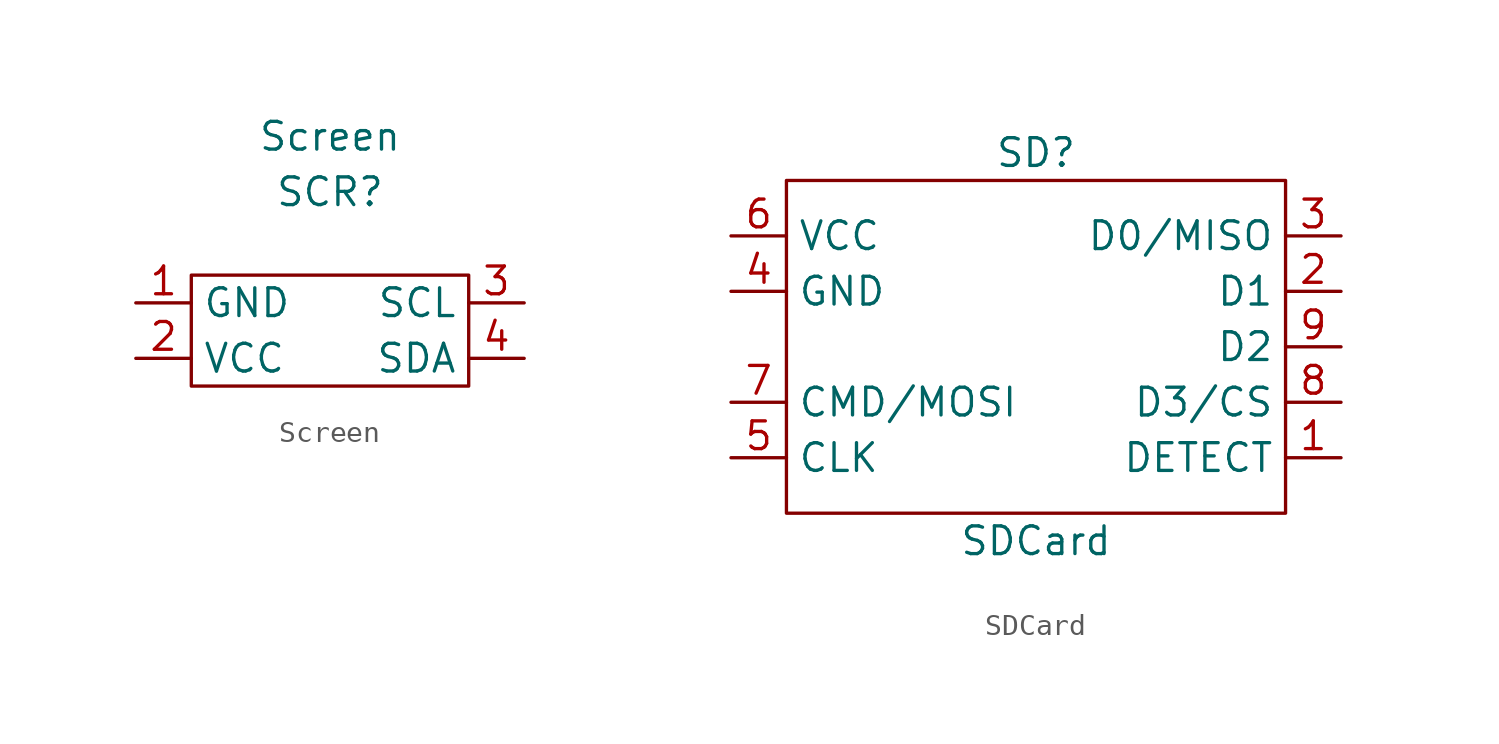
<source format=kicad_sym>
(kicad_symbol_lib
  (version 20211014)
  (generator kicad_symbol_editor)
  (symbol "Screen"
    (property "Reference" "SCR"
      (at 0 6.35 0)
      (effects (font (size 1.27 1.27))))
    (property "Value" "Screen"
      (at 0 8.89 0)
      (effects (font (size 1.27 1.27))))
    (symbol "Screen_0_1"
      (rectangle (start -6.35 2.54) (end 6.35 -2.54) (stroke (width 0) (type default) (color 0 0 0 0)) (fill (type none))))
    (symbol "Screen_1_1"
      (pin passive line (at -8.89 1.27 0) (length 2.54) (name "GND" (effects (font (size 1.27 1.27)))) (number "1" (effects (font (size 1.27 1.27)))))
      (pin passive line (at -8.89 -1.27 0) (length 2.54) (name "VCC" (effects (font (size 1.27 1.27)))) (number "2" (effects (font (size 1.27 1.27)))))
      (pin input line (at 8.89 1.27 180) (length 2.54) (name "SCL" (effects (font (size 1.27 1.27)))) (number "3" (effects (font (size 1.27 1.27)))))
      (pin bidirectional line (at 8.89 -1.27 180) (length 2.54) (name "SDA" (effects (font (size 1.27 1.27)))) (number "4" (effects (font (size 1.27 1.27)))))))
  (symbol "SDCard"
    (property "Reference" "SD"
      (at 0 8.89 0)
      (effects (font (size 1.27 1.27))))
    (property "Value" "SDCard"
      (at 0 -8.89 0)
      (effects (font (size 1.27 1.27))))
    (symbol "SDCard_0_1"
      (rectangle (start -11.43 7.62) (end 11.43 -7.62) (stroke (width 0) (type default) (color 0 0 0 0)) (fill (type none))))
    (symbol "SDCard_1_1"
      (pin passive line (at 13.97 -5.08 180) (length 2.54) (name "DETECT" (effects (font (size 1.27 1.27)))) (number "1" (effects (font (size 1.27 1.27)))))
      (pin bidirectional line (at 13.97 2.54 180) (length 2.54) (name "D1" (effects (font (size 1.27 1.27)))) (number "2" (effects (font (size 1.27 1.27)))))
      (pin bidirectional line (at 13.97 5.08 180) (length 2.54) (name "D0/MISO" (effects (font (size 1.27 1.27)))) (number "3" (effects (font (size 1.27 1.27)))))
      (pin passive line (at -13.97 2.54 0) (length 2.54) (name "GND" (effects (font (size 1.27 1.27)))) (number "4" (effects (font (size 1.27 1.27)))))
      (pin input line (at -13.97 -5.08 0) (length 2.54) (name "CLK" (effects (font (size 1.27 1.27)))) (number "5" (effects (font (size 1.27 1.27)))))
      (pin passive line (at -13.97 5.08 0) (length 2.54) (name "VCC" (effects (font (size 1.27 1.27)))) (number "6" (effects (font (size 1.27 1.27)))))
      (pin input line (at -13.97 -2.54 0) (length 2.54) (name "CMD/MOSI" (effects (font (size 1.27 1.27)))) (number "7" (effects (font (size 1.27 1.27)))))
      (pin bidirectional line (at 13.97 -2.54 180) (length 2.54) (name "D3/CS" (effects (font (size 1.27 1.27)))) (number "8" (effects (font (size 1.27 1.27)))))
      (pin bidirectional line (at 13.97 0 180) (length 2.54) (name "D2" (effects (font (size 1.27 1.27)))) (number "9" (effects (font (size 1.27 1.27))))))))
</source>
